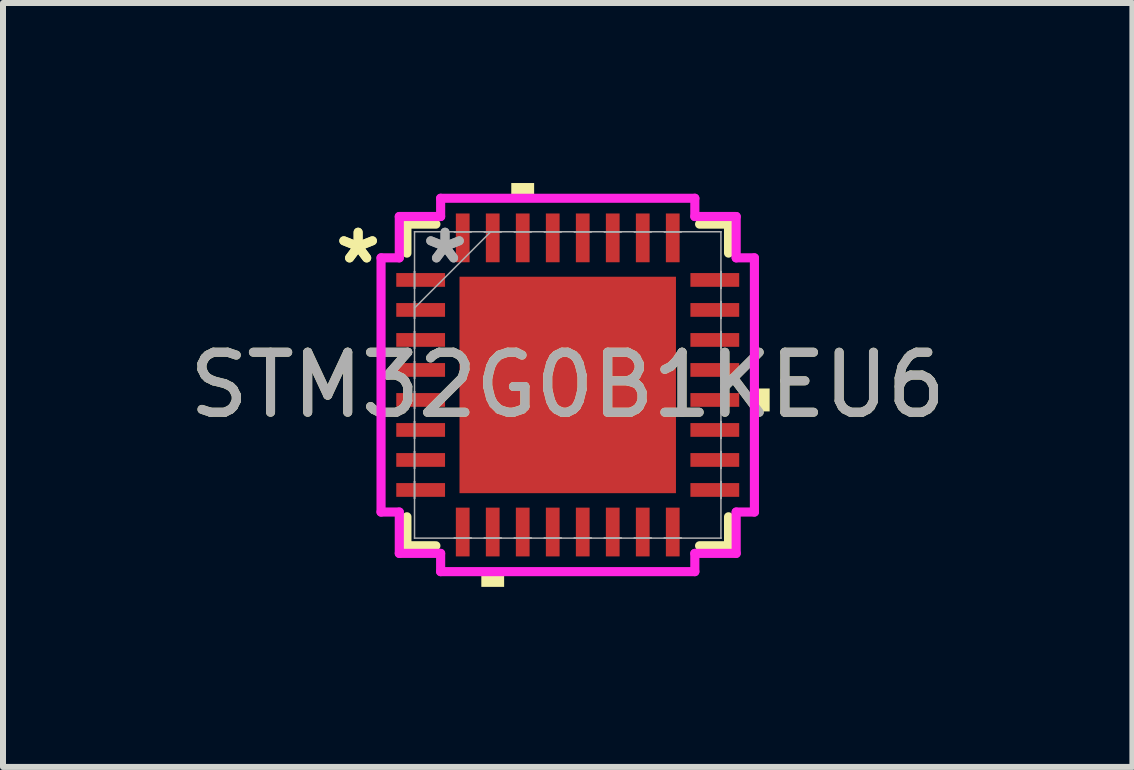
<source format=kicad_pcb>
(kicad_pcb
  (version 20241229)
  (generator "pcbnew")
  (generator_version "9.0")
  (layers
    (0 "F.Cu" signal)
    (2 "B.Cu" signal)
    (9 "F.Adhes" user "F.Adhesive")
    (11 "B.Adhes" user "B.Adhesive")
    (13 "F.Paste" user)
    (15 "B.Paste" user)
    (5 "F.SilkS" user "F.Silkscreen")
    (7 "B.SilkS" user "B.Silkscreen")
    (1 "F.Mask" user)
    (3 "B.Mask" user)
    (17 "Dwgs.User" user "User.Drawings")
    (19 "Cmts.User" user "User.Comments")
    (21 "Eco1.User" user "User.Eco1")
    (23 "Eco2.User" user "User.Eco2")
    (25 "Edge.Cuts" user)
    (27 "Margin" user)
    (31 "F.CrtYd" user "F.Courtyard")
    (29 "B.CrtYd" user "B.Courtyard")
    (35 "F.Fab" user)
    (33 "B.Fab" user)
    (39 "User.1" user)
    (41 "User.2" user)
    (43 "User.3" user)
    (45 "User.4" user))
  (footprint "STM32G0B1KEU6"
    (layer "F.Cu")
    (at 6.411 3.365)
    (property "Reference" "STM32G0B1KEU6" (at 0 0 0) (unlocked yes) (layer "F.SilkS") (effects (font (size 1 1) (thickness 0.15))))
    (attr smd)
    (fp_line (start -2.68 -2.68) (end -2.68 -2.197) (stroke (width 0.152) (type solid)) (layer "F.SilkS"))
    (fp_line (start -2.68 2.197) (end -2.68 2.68) (stroke (width 0.152) (type solid)) (layer "F.SilkS"))
    (fp_line (start -2.68 2.68) (end -2.197 2.68) (stroke (width 0.152) (type solid)) (layer "F.SilkS"))
    (fp_line (start -2.197 -2.68) (end -2.68 -2.68) (stroke (width 0.152) (type solid)) (layer "F.SilkS"))
    (fp_line (start 2.197 2.68) (end 2.68 2.68) (stroke (width 0.152) (type solid)) (layer "F.SilkS"))
    (fp_line (start 2.68 -2.68) (end 2.197 -2.68) (stroke (width 0.152) (type solid)) (layer "F.SilkS"))
    (fp_line (start 2.68 -2.197) (end 2.68 -2.68) (stroke (width 0.152) (type solid)) (layer "F.SilkS"))
    (fp_line (start 2.68 2.68) (end 2.68 2.197) (stroke (width 0.152) (type solid)) (layer "F.SilkS"))
    (fp_poly (pts (xy -1.44 3.111) (xy -1.44 3.365) (xy -1.06 3.365) (xy -1.06 3.111)) (stroke (width 0) (type solid)) (fill yes) (layer "F.SilkS"))
    (fp_poly (pts (xy -0.941 -3.111) (xy -0.941 -3.365) (xy -0.56 -3.365) (xy -0.56 -3.111)) (stroke (width 0) (type solid)) (fill yes) (layer "F.SilkS"))
    (fp_poly (pts (xy 3.365 0.059) (xy 3.365 0.441) (xy 3.111 0.441) (xy 3.111 0.059)) (stroke (width 0) (type solid)) (fill yes) (layer "F.SilkS"))
    (fp_poly (pts (xy -1.703 -1.703) (xy -1.703 -0.1) (xy -0.1 -0.1) (xy -0.1 -1.703)) (stroke (width 0) (type solid)) (fill yes) (layer "F.Paste"))
    (fp_poly (pts (xy -1.703 0.1) (xy -1.703 1.703) (xy -0.1 1.703) (xy -0.1 0.1)) (stroke (width 0) (type solid)) (fill yes) (layer "F.Paste"))
    (fp_poly (pts (xy 0.1 -1.703) (xy 0.1 -0.1) (xy 1.703 -0.1) (xy 1.703 -1.703)) (stroke (width 0) (type solid)) (fill yes) (layer "F.Paste"))
    (fp_poly (pts (xy 0.1 0.1) (xy 0.1 1.703) (xy 1.703 1.703) (xy 1.703 0.1)) (stroke (width 0) (type solid)) (fill yes) (layer "F.Paste"))
    (fp_line (start -3.111 -2.118) (end -2.807 -2.118) (stroke (width 0.152) (type solid)) (layer "F.CrtYd"))
    (fp_line (start -3.111 2.118) (end -3.111 -2.118) (stroke (width 0.152) (type solid)) (layer "F.CrtYd"))
    (fp_line (start -2.807 -2.807) (end -2.118 -2.807) (stroke (width 0.152) (type solid)) (layer "F.CrtYd"))
    (fp_line (start -2.807 -2.118) (end -2.807 -2.807) (stroke (width 0.152) (type solid)) (layer "F.CrtYd"))
    (fp_line (start -2.807 2.118) (end -3.111 2.118) (stroke (width 0.152) (type solid)) (layer "F.CrtYd"))
    (fp_line (start -2.807 2.807) (end -2.807 2.118) (stroke (width 0.152) (type solid)) (layer "F.CrtYd"))
    (fp_line (start -2.118 -3.111) (end 2.118 -3.111) (stroke (width 0.152) (type solid)) (layer "F.CrtYd"))
    (fp_line (start -2.118 -2.807) (end -2.118 -3.111) (stroke (width 0.152) (type solid)) (layer "F.CrtYd"))
    (fp_line (start -2.118 2.807) (end -2.807 2.807) (stroke (width 0.152) (type solid)) (layer "F.CrtYd"))
    (fp_line (start -2.118 3.111) (end -2.118 2.807) (stroke (width 0.152) (type solid)) (layer "F.CrtYd"))
    (fp_line (start 2.118 -3.111) (end 2.118 -2.807) (stroke (width 0.152) (type solid)) (layer "F.CrtYd"))
    (fp_line (start 2.118 -2.807) (end 2.807 -2.807) (stroke (width 0.152) (type solid)) (layer "F.CrtYd"))
    (fp_line (start 2.118 2.807) (end 2.118 3.111) (stroke (width 0.152) (type solid)) (layer "F.CrtYd"))
    (fp_line (start 2.118 3.111) (end -2.118 3.111) (stroke (width 0.152) (type solid)) (layer "F.CrtYd"))
    (fp_line (start 2.807 -2.807) (end 2.807 -2.118) (stroke (width 0.152) (type solid)) (layer "F.CrtYd"))
    (fp_line (start 2.807 -2.118) (end 3.111 -2.118) (stroke (width 0.152) (type solid)) (layer "F.CrtYd"))
    (fp_line (start 2.807 2.118) (end 2.807 2.807) (stroke (width 0.152) (type solid)) (layer "F.CrtYd"))
    (fp_line (start 2.807 2.807) (end 2.118 2.807) (stroke (width 0.152) (type solid)) (layer "F.CrtYd"))
    (fp_line (start 3.111 -2.118) (end 3.111 2.118) (stroke (width 0.152) (type solid)) (layer "F.CrtYd"))
    (fp_line (start 3.111 2.118) (end 2.807 2.118) (stroke (width 0.152) (type solid)) (layer "F.CrtYd"))
    (fp_line (start -2.553 -2.553) (end -2.553 -2.553) (stroke (width 0.025) (type solid)) (layer "F.Fab"))
    (fp_line (start -2.553 -2.553) (end -2.553 2.553) (stroke (width 0.025) (type solid)) (layer "F.Fab"))
    (fp_line (start -2.553 -1.89) (end -2.553 -1.89) (stroke (width 0.025) (type solid)) (layer "F.Fab"))
    (fp_line (start -2.553 -1.89) (end -2.553 -1.61) (stroke (width 0.025) (type solid)) (layer "F.Fab"))
    (fp_line (start -2.553 -1.61) (end -2.553 -1.89) (stroke (width 0.025) (type solid)) (layer "F.Fab"))
    (fp_line (start -2.553 -1.61) (end -2.553 -1.61) (stroke (width 0.025) (type solid)) (layer "F.Fab"))
    (fp_line (start -2.553 -1.39) (end -2.553 -1.39) (stroke (width 0.025) (type solid)) (layer "F.Fab"))
    (fp_line (start -2.553 -1.39) (end -2.553 -1.11) (stroke (width 0.025) (type solid)) (layer "F.Fab"))
    (fp_line (start -2.553 -1.283) (end -1.283 -2.553) (stroke (width 0.025) (type solid)) (layer "F.Fab"))
    (fp_line (start -2.553 -1.11) (end -2.553 -1.39) (stroke (width 0.025) (type solid)) (layer "F.Fab"))
    (fp_line (start -2.553 -1.11) (end -2.553 -1.11) (stroke (width 0.025) (type solid)) (layer "F.Fab"))
    (fp_line (start -2.553 -0.89) (end -2.553 -0.89) (stroke (width 0.025) (type solid)) (layer "F.Fab"))
    (fp_line (start -2.553 -0.89) (end -2.553 -0.61) (stroke (width 0.025) (type solid)) (layer "F.Fab"))
    (fp_line (start -2.553 -0.61) (end -2.553 -0.89) (stroke (width 0.025) (type solid)) (layer "F.Fab"))
    (fp_line (start -2.553 -0.61) (end -2.553 -0.61) (stroke (width 0.025) (type solid)) (layer "F.Fab"))
    (fp_line (start -2.553 -0.39) (end -2.553 -0.39) (stroke (width 0.025) (type solid)) (layer "F.Fab"))
    (fp_line (start -2.553 -0.39) (end -2.553 -0.11) (stroke (width 0.025) (type solid)) (layer "F.Fab"))
    (fp_line (start -2.553 -0.11) (end -2.553 -0.39) (stroke (width 0.025) (type solid)) (layer "F.Fab"))
    (fp_line (start -2.553 -0.11) (end -2.553 -0.11) (stroke (width 0.025) (type solid)) (layer "F.Fab"))
    (fp_line (start -2.553 0.11) (end -2.553 0.11) (stroke (width 0.025) (type solid)) (layer "F.Fab"))
    (fp_line (start -2.553 0.11) (end -2.553 0.39) (stroke (width 0.025) (type solid)) (layer "F.Fab"))
    (fp_line (start -2.553 0.39) (end -2.553 0.11) (stroke (width 0.025) (type solid)) (layer "F.Fab"))
    (fp_line (start -2.553 0.39) (end -2.553 0.39) (stroke (width 0.025) (type solid)) (layer "F.Fab"))
    (fp_line (start -2.553 0.61) (end -2.553 0.61) (stroke (width 0.025) (type solid)) (layer "F.Fab"))
    (fp_line (start -2.553 0.61) (end -2.553 0.89) (stroke (width 0.025) (type solid)) (layer "F.Fab"))
    (fp_line (start -2.553 0.89) (end -2.553 0.61) (stroke (width 0.025) (type solid)) (layer "F.Fab"))
    (fp_line (start -2.553 0.89) (end -2.553 0.89) (stroke (width 0.025) (type solid)) (layer "F.Fab"))
    (fp_line (start -2.553 1.11) (end -2.553 1.11) (stroke (width 0.025) (type solid)) (layer "F.Fab"))
    (fp_line (start -2.553 1.11) (end -2.553 1.39) (stroke (width 0.025) (type solid)) (layer "F.Fab"))
    (fp_line (start -2.553 1.39) (end -2.553 1.11) (stroke (width 0.025) (type solid)) (layer "F.Fab"))
    (fp_line (start -2.553 1.39) (end -2.553 1.39) (stroke (width 0.025) (type solid)) (layer "F.Fab"))
    (fp_line (start -2.553 1.61) (end -2.553 1.61) (stroke (width 0.025) (type solid)) (layer "F.Fab"))
    (fp_line (start -2.553 1.61) (end -2.553 1.89) (stroke (width 0.025) (type solid)) (layer "F.Fab"))
    (fp_line (start -2.553 1.89) (end -2.553 1.61) (stroke (width 0.025) (type solid)) (layer "F.Fab"))
    (fp_line (start -2.553 1.89) (end -2.553 1.89) (stroke (width 0.025) (type solid)) (layer "F.Fab"))
    (fp_line (start -2.553 2.553) (end -2.553 2.553) (stroke (width 0.025) (type solid)) (layer "F.Fab"))
    (fp_line (start -2.553 2.553) (end 2.553 2.553) (stroke (width 0.025) (type solid)) (layer "F.Fab"))
    (fp_line (start -1.89 -2.553) (end -1.89 -2.553) (stroke (width 0.025) (type solid)) (layer "F.Fab"))
    (fp_line (start -1.89 -2.553) (end -1.61 -2.553) (stroke (width 0.025) (type solid)) (layer "F.Fab"))
    (fp_line (start -1.89 2.553) (end -1.89 2.553) (stroke (width 0.025) (type solid)) (layer "F.Fab"))
    (fp_line (start -1.89 2.553) (end -1.61 2.553) (stroke (width 0.025) (type solid)) (layer "F.Fab"))
    (fp_line (start -1.61 -2.553) (end -1.89 -2.553) (stroke (width 0.025) (type solid)) (layer "F.Fab"))
    (fp_line (start -1.61 -2.553) (end -1.61 -2.553) (stroke (width 0.025) (type solid)) (layer "F.Fab"))
    (fp_line (start -1.61 2.553) (end -1.89 2.553) (stroke (width 0.025) (type solid)) (layer "F.Fab"))
    (fp_line (start -1.61 2.553) (end -1.61 2.553) (stroke (width 0.025) (type solid)) (layer "F.Fab"))
    (fp_line (start -1.39 -2.553) (end -1.39 -2.553) (stroke (width 0.025) (type solid)) (layer "F.Fab"))
    (fp_line (start -1.39 -2.553) (end -1.11 -2.553) (stroke (width 0.025) (type solid)) (layer "F.Fab"))
    (fp_line (start -1.39 2.553) (end -1.39 2.553) (stroke (width 0.025) (type solid)) (layer "F.Fab"))
    (fp_line (start -1.39 2.553) (end -1.11 2.553) (stroke (width 0.025) (type solid)) (layer "F.Fab"))
    (fp_line (start -1.11 -2.553) (end -1.39 -2.553) (stroke (width 0.025) (type solid)) (layer "F.Fab"))
    (fp_line (start -1.11 -2.553) (end -1.11 -2.553) (stroke (width 0.025) (type solid)) (layer "F.Fab"))
    (fp_line (start -1.11 2.553) (end -1.39 2.553) (stroke (width 0.025) (type solid)) (layer "F.Fab"))
    (fp_line (start -1.11 2.553) (end -1.11 2.553) (stroke (width 0.025) (type solid)) (layer "F.Fab"))
    (fp_line (start -0.89 -2.553) (end -0.89 -2.553) (stroke (width 0.025) (type solid)) (layer "F.Fab"))
    (fp_line (start -0.89 -2.553) (end -0.61 -2.553) (stroke (width 0.025) (type solid)) (layer "F.Fab"))
    (fp_line (start -0.89 2.553) (end -0.89 2.553) (stroke (width 0.025) (type solid)) (layer "F.Fab"))
    (fp_line (start -0.89 2.553) (end -0.61 2.553) (stroke (width 0.025) (type solid)) (layer "F.Fab"))
    (fp_line (start -0.61 -2.553) (end -0.89 -2.553) (stroke (width 0.025) (type solid)) (layer "F.Fab"))
    (fp_line (start -0.61 -2.553) (end -0.61 -2.553) (stroke (width 0.025) (type solid)) (layer "F.Fab"))
    (fp_line (start -0.61 2.553) (end -0.89 2.553) (stroke (width 0.025) (type solid)) (layer "F.Fab"))
    (fp_line (start -0.61 2.553) (end -0.61 2.553) (stroke (width 0.025) (type solid)) (layer "F.Fab"))
    (fp_line (start -0.39 -2.553) (end -0.39 -2.553) (stroke (width 0.025) (type solid)) (layer "F.Fab"))
    (fp_line (start -0.39 -2.553) (end -0.11 -2.553) (stroke (width 0.025) (type solid)) (layer "F.Fab"))
    (fp_line (start -0.39 2.553) (end -0.39 2.553) (stroke (width 0.025) (type solid)) (layer "F.Fab"))
    (fp_line (start -0.39 2.553) (end -0.11 2.553) (stroke (width 0.025) (type solid)) (layer "F.Fab"))
    (fp_line (start -0.11 -2.553) (end -0.39 -2.553) (stroke (width 0.025) (type solid)) (layer "F.Fab"))
    (fp_line (start -0.11 -2.553) (end -0.11 -2.553) (stroke (width 0.025) (type solid)) (layer "F.Fab"))
    (fp_line (start -0.11 2.553) (end -0.39 2.553) (stroke (width 0.025) (type solid)) (layer "F.Fab"))
    (fp_line (start -0.11 2.553) (end -0.11 2.553) (stroke (width 0.025) (type solid)) (layer "F.Fab"))
    (fp_line (start 0.11 -2.553) (end 0.11 -2.553) (stroke (width 0.025) (type solid)) (layer "F.Fab"))
    (fp_line (start 0.11 -2.553) (end 0.39 -2.553) (stroke (width 0.025) (type solid)) (layer "F.Fab"))
    (fp_line (start 0.11 2.553) (end 0.11 2.553) (stroke (width 0.025) (type solid)) (layer "F.Fab"))
    (fp_line (start 0.11 2.553) (end 0.39 2.553) (stroke (width 0.025) (type solid)) (layer "F.Fab"))
    (fp_line (start 0.39 -2.553) (end 0.11 -2.553) (stroke (width 0.025) (type solid)) (layer "F.Fab"))
    (fp_line (start 0.39 -2.553) (end 0.39 -2.553) (stroke (width 0.025) (type solid)) (layer "F.Fab"))
    (fp_line (start 0.39 2.553) (end 0.11 2.553) (stroke (width 0.025) (type solid)) (layer "F.Fab"))
    (fp_line (start 0.39 2.553) (end 0.39 2.553) (stroke (width 0.025) (type solid)) (layer "F.Fab"))
    (fp_line (start 0.61 -2.553) (end 0.61 -2.553) (stroke (width 0.025) (type solid)) (layer "F.Fab"))
    (fp_line (start 0.61 -2.553) (end 0.89 -2.553) (stroke (width 0.025) (type solid)) (layer "F.Fab"))
    (fp_line (start 0.61 2.553) (end 0.61 2.553) (stroke (width 0.025) (type solid)) (layer "F.Fab"))
    (fp_line (start 0.61 2.553) (end 0.89 2.553) (stroke (width 0.025) (type solid)) (layer "F.Fab"))
    (fp_line (start 0.89 -2.553) (end 0.61 -2.553) (stroke (width 0.025) (type solid)) (layer "F.Fab"))
    (fp_line (start 0.89 -2.553) (end 0.89 -2.553) (stroke (width 0.025) (type solid)) (layer "F.Fab"))
    (fp_line (start 0.89 2.553) (end 0.61 2.553) (stroke (width 0.025) (type solid)) (layer "F.Fab"))
    (fp_line (start 0.89 2.553) (end 0.89 2.553) (stroke (width 0.025) (type solid)) (layer "F.Fab"))
    (fp_line (start 1.11 -2.553) (end 1.11 -2.553) (stroke (width 0.025) (type solid)) (layer "F.Fab"))
    (fp_line (start 1.11 -2.553) (end 1.39 -2.553) (stroke (width 0.025) (type solid)) (layer "F.Fab"))
    (fp_line (start 1.11 2.553) (end 1.11 2.553) (stroke (width 0.025) (type solid)) (layer "F.Fab"))
    (fp_line (start 1.11 2.553) (end 1.39 2.553) (stroke (width 0.025) (type solid)) (layer "F.Fab"))
    (fp_line (start 1.39 -2.553) (end 1.11 -2.553) (stroke (width 0.025) (type solid)) (layer "F.Fab"))
    (fp_line (start 1.39 -2.553) (end 1.39 -2.553) (stroke (width 0.025) (type solid)) (layer "F.Fab"))
    (fp_line (start 1.39 2.553) (end 1.11 2.553) (stroke (width 0.025) (type solid)) (layer "F.Fab"))
    (fp_line (start 1.39 2.553) (end 1.39 2.553) (stroke (width 0.025) (type solid)) (layer "F.Fab"))
    (fp_line (start 1.61 -2.553) (end 1.61 -2.553) (stroke (width 0.025) (type solid)) (layer "F.Fab"))
    (fp_line (start 1.61 -2.553) (end 1.89 -2.553) (stroke (width 0.025) (type solid)) (layer "F.Fab"))
    (fp_line (start 1.61 2.553) (end 1.61 2.553) (stroke (width 0.025) (type solid)) (layer "F.Fab"))
    (fp_line (start 1.61 2.553) (end 1.89 2.553) (stroke (width 0.025) (type solid)) (layer "F.Fab"))
    (fp_line (start 1.89 -2.553) (end 1.61 -2.553) (stroke (width 0.025) (type solid)) (layer "F.Fab"))
    (fp_line (start 1.89 -2.553) (end 1.89 -2.553) (stroke (width 0.025) (type solid)) (layer "F.Fab"))
    (fp_line (start 1.89 2.553) (end 1.61 2.553) (stroke (width 0.025) (type solid)) (layer "F.Fab"))
    (fp_line (start 1.89 2.553) (end 1.89 2.553) (stroke (width 0.025) (type solid)) (layer "F.Fab"))
    (fp_line (start 2.553 -2.553) (end -2.553 -2.553) (stroke (width 0.025) (type solid)) (layer "F.Fab"))
    (fp_line (start 2.553 -2.553) (end 2.553 -2.553) (stroke (width 0.025) (type solid)) (layer "F.Fab"))
    (fp_line (start 2.553 -1.89) (end 2.553 -1.89) (stroke (width 0.025) (type solid)) (layer "F.Fab"))
    (fp_line (start 2.553 -1.89) (end 2.553 -1.61) (stroke (width 0.025) (type solid)) (layer "F.Fab"))
    (fp_line (start 2.553 -1.61) (end 2.553 -1.89) (stroke (width 0.025) (type solid)) (layer "F.Fab"))
    (fp_line (start 2.553 -1.61) (end 2.553 -1.61) (stroke (width 0.025) (type solid)) (layer "F.Fab"))
    (fp_line (start 2.553 -1.39) (end 2.553 -1.39) (stroke (width 0.025) (type solid)) (layer "F.Fab"))
    (fp_line (start 2.553 -1.39) (end 2.553 -1.11) (stroke (width 0.025) (type solid)) (layer "F.Fab"))
    (fp_line (start 2.553 -1.11) (end 2.553 -1.39) (stroke (width 0.025) (type solid)) (layer "F.Fab"))
    (fp_line (start 2.553 -1.11) (end 2.553 -1.11) (stroke (width 0.025) (type solid)) (layer "F.Fab"))
    (fp_line (start 2.553 -0.89) (end 2.553 -0.89) (stroke (width 0.025) (type solid)) (layer "F.Fab"))
    (fp_line (start 2.553 -0.89) (end 2.553 -0.61) (stroke (width 0.025) (type solid)) (layer "F.Fab"))
    (fp_line (start 2.553 -0.61) (end 2.553 -0.89) (stroke (width 0.025) (type solid)) (layer "F.Fab"))
    (fp_line (start 2.553 -0.61) (end 2.553 -0.61) (stroke (width 0.025) (type solid)) (layer "F.Fab"))
    (fp_line (start 2.553 -0.39) (end 2.553 -0.39) (stroke (width 0.025) (type solid)) (layer "F.Fab"))
    (fp_line (start 2.553 -0.39) (end 2.553 -0.11) (stroke (width 0.025) (type solid)) (layer "F.Fab"))
    (fp_line (start 2.553 -0.11) (end 2.553 -0.39) (stroke (width 0.025) (type solid)) (layer "F.Fab"))
    (fp_line (start 2.553 -0.11) (end 2.553 -0.11) (stroke (width 0.025) (type solid)) (layer "F.Fab"))
    (fp_line (start 2.553 0.11) (end 2.553 0.11) (stroke (width 0.025) (type solid)) (layer "F.Fab"))
    (fp_line (start 2.553 0.11) (end 2.553 0.39) (stroke (width 0.025) (type solid)) (layer "F.Fab"))
    (fp_line (start 2.553 0.39) (end 2.553 0.11) (stroke (width 0.025) (type solid)) (layer "F.Fab"))
    (fp_line (start 2.553 0.39) (end 2.553 0.39) (stroke (width 0.025) (type solid)) (layer "F.Fab"))
    (fp_line (start 2.553 0.61) (end 2.553 0.61) (stroke (width 0.025) (type solid)) (layer "F.Fab"))
    (fp_line (start 2.553 0.61) (end 2.553 0.89) (stroke (width 0.025) (type solid)) (layer "F.Fab"))
    (fp_line (start 2.553 0.89) (end 2.553 0.61) (stroke (width 0.025) (type solid)) (layer "F.Fab"))
    (fp_line (start 2.553 0.89) (end 2.553 0.89) (stroke (width 0.025) (type solid)) (layer "F.Fab"))
    (fp_line (start 2.553 1.11) (end 2.553 1.11) (stroke (width 0.025) (type solid)) (layer "F.Fab"))
    (fp_line (start 2.553 1.11) (end 2.553 1.39) (stroke (width 0.025) (type solid)) (layer "F.Fab"))
    (fp_line (start 2.553 1.39) (end 2.553 1.11) (stroke (width 0.025) (type solid)) (layer "F.Fab"))
    (fp_line (start 2.553 1.39) (end 2.553 1.39) (stroke (width 0.025) (type solid)) (layer "F.Fab"))
    (fp_line (start 2.553 1.61) (end 2.553 1.61) (stroke (width 0.025) (type solid)) (layer "F.Fab"))
    (fp_line (start 2.553 1.61) (end 2.553 1.89) (stroke (width 0.025) (type solid)) (layer "F.Fab"))
    (fp_line (start 2.553 1.89) (end 2.553 1.61) (stroke (width 0.025) (type solid)) (layer "F.Fab"))
    (fp_line (start 2.553 1.89) (end 2.553 1.89) (stroke (width 0.025) (type solid)) (layer "F.Fab"))
    (fp_line (start 2.553 2.553) (end 2.553 -2.553) (stroke (width 0.025) (type solid)) (layer "F.Fab"))
    (fp_line (start 2.553 2.553) (end 2.553 2.553) (stroke (width 0.025) (type solid)) (layer "F.Fab"))
    (fp_text user "*" (at -3.493 -2 0) (layer "F.SilkS") (effects (font (size 1 1) (thickness 0.15))))
    (fp_text user "*" (at -3.493 -2 0) (unlocked yes) (layer "F.SilkS") (effects (font (size 1 1) (thickness 0.15))))
    (fp_text user "${REFERENCE}" (at 0 0 0) (unlocked yes) (layer "F.Fab") (effects (font (size 1 1) (thickness 0.15))))
    (fp_text user "*" (at -2.045 -2 0) (unlocked yes) (layer "F.Fab") (effects (font (size 1 1) (thickness 0.15))))
    (fp_text user "*" (at -2.045 -2 0) (layer "F.Fab") (effects (font (size 1 1) (thickness 0.15))))
    (pad "1" smd rect (at -2.451 -1.75 90) (size 0.229 0.813) (layers "F.Cu" "F.Mask" "F.Paste"))
    (pad "2" smd rect (at -2.451 -1.25 90) (size 0.229 0.813) (layers "F.Cu" "F.Mask" "F.Paste"))
    (pad "3" smd rect (at -2.451 -0.75 90) (size 0.229 0.813) (layers "F.Cu" "F.Mask" "F.Paste"))
    (pad "4" smd rect (at -2.451 -0.25 90) (size 0.229 0.813) (layers "F.Cu" "F.Mask" "F.Paste"))
    (pad "5" smd rect (at -2.451 0.25 90) (size 0.229 0.813) (layers "F.Cu" "F.Mask" "F.Paste"))
    (pad "6" smd rect (at -2.451 0.75 90) (size 0.229 0.813) (layers "F.Cu" "F.Mask" "F.Paste"))
    (pad "7" smd rect (at -2.451 1.25 90) (size 0.229 0.813) (layers "F.Cu" "F.Mask" "F.Paste"))
    (pad "8" smd rect (at -2.451 1.75 90) (size 0.229 0.813) (layers "F.Cu" "F.Mask" "F.Paste"))
    (pad "9" smd rect (at -1.75 2.451) (size 0.229 0.813) (layers "F.Cu" "F.Mask" "F.Paste"))
    (pad "10" smd rect (at -1.25 2.451) (size 0.229 0.813) (layers "F.Cu" "F.Mask" "F.Paste"))
    (pad "11" smd rect (at -0.75 2.451) (size 0.229 0.813) (layers "F.Cu" "F.Mask" "F.Paste"))
    (pad "12" smd rect (at -0.25 2.451) (size 0.229 0.813) (layers "F.Cu" "F.Mask" "F.Paste"))
    (pad "13" smd rect (at 0.25 2.451) (size 0.229 0.813) (layers "F.Cu" "F.Mask" "F.Paste"))
    (pad "14" smd rect (at 0.75 2.451) (size 0.229 0.813) (layers "F.Cu" "F.Mask" "F.Paste"))
    (pad "15" smd rect (at 1.25 2.451) (size 0.229 0.813) (layers "F.Cu" "F.Mask" "F.Paste"))
    (pad "16" smd rect (at 1.75 2.451) (size 0.229 0.813) (layers "F.Cu" "F.Mask" "F.Paste"))
    (pad "17" smd rect (at 2.451 1.75 90) (size 0.229 0.813) (layers "F.Cu" "F.Mask" "F.Paste"))
    (pad "18" smd rect (at 2.451 1.25 90) (size 0.229 0.813) (layers "F.Cu" "F.Mask" "F.Paste"))
    (pad "19" smd rect (at 2.451 0.75 90) (size 0.229 0.813) (layers "F.Cu" "F.Mask" "F.Paste"))
    (pad "20" smd rect (at 2.451 0.25 90) (size 0.229 0.813) (layers "F.Cu" "F.Mask" "F.Paste"))
    (pad "21" smd rect (at 2.451 -0.25 90) (size 0.229 0.813) (layers "F.Cu" "F.Mask" "F.Paste"))
    (pad "22" smd rect (at 2.451 -0.75 90) (size 0.229 0.813) (layers "F.Cu" "F.Mask" "F.Paste"))
    (pad "23" smd rect (at 2.451 -1.25 90) (size 0.229 0.813) (layers "F.Cu" "F.Mask" "F.Paste"))
    (pad "24" smd rect (at 2.451 -1.75 90) (size 0.229 0.813) (layers "F.Cu" "F.Mask" "F.Paste"))
    (pad "25" smd rect (at 1.75 -2.451) (size 0.229 0.813) (layers "F.Cu" "F.Mask" "F.Paste"))
    (pad "26" smd rect (at 1.25 -2.451) (size 0.229 0.813) (layers "F.Cu" "F.Mask" "F.Paste"))
    (pad "27" smd rect (at 0.75 -2.451) (size 0.229 0.813) (layers "F.Cu" "F.Mask" "F.Paste"))
    (pad "28" smd rect (at 0.25 -2.451) (size 0.229 0.813) (layers "F.Cu" "F.Mask" "F.Paste"))
    (pad "29" smd rect (at -0.25 -2.451) (size 0.229 0.813) (layers "F.Cu" "F.Mask" "F.Paste"))
    (pad "30" smd rect (at -0.75 -2.451) (size 0.229 0.813) (layers "F.Cu" "F.Mask" "F.Paste"))
    (pad "31" smd rect (at -1.25 -2.451) (size 0.229 0.813) (layers "F.Cu" "F.Mask" "F.Paste"))
    (pad "32" smd rect (at -1.75 -2.451) (size 0.229 0.813) (layers "F.Cu" "F.Mask" "F.Paste"))
    (pad "33" smd rect (at 0 0) (size 3.607 3.607) (layers "F.Cu" "F.Mask" "F.Paste")))
  (gr_rect
    (start -3 -3)
    (end 15.821 9.731)
    (stroke (width 0.1) (type default))
    (fill no)
    (layer "Edge.Cuts")))
</source>
